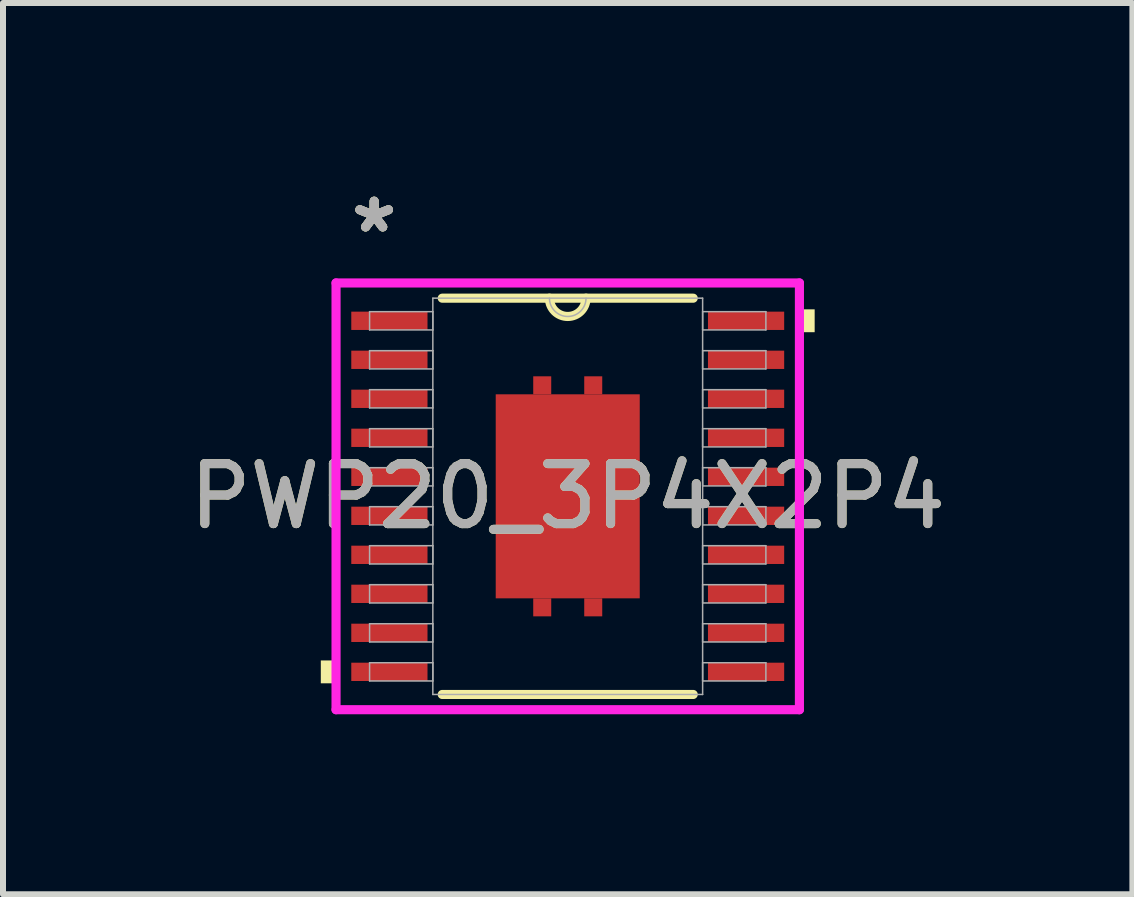
<source format=kicad_pcb>
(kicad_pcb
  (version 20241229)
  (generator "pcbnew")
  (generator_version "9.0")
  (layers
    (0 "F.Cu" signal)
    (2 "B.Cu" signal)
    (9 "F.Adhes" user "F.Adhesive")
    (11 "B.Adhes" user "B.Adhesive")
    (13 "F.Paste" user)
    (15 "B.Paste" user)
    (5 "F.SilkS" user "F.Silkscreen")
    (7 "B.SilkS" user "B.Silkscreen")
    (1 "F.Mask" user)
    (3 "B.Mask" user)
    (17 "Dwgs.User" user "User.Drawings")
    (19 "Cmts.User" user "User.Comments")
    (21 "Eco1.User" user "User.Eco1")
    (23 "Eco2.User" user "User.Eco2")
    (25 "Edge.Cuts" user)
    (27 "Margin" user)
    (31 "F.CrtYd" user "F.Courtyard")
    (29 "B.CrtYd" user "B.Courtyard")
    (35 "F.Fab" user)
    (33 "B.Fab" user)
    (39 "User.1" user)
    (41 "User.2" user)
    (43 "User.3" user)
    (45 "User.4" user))
  (footprint "PWP20_3P4X2P4"
    (layer "F.Cu")
    (at 6.411 5.221)
    (property "Reference" "PWP20_3P4X2P4" (at 0 0 0) (unlocked yes) (layer "F.SilkS") (effects (font (size 1 1) (thickness 0.15))))
    (attr smd)
    (fp_poly (pts (xy -0.275 -1.7) (xy -0.275 -2) (xy -0.575 -2) (xy -0.575 -1.7)) (stroke (width 0) (type solid)) (fill yes) (layer "F.Cu"))
    (fp_poly (pts (xy -0.275 1.7) (xy -0.275 2) (xy -0.575 2) (xy -0.575 1.7)) (stroke (width 0) (type solid)) (fill yes) (layer "F.Cu"))
    (fp_poly (pts (xy 0.275 -1.7) (xy 0.275 -2) (xy 0.575 -2) (xy 0.575 -1.7)) (stroke (width 0) (type solid)) (fill yes) (layer "F.Cu"))
    (fp_poly (pts (xy 0.275 1.7) (xy 0.275 2) (xy 0.575 2) (xy 0.575 1.7)) (stroke (width 0) (type solid)) (fill yes) (layer "F.Cu"))
    (fp_poly (pts (xy -0.275 -1.7) (xy -0.275 -2) (xy -0.575 -2) (xy -0.575 -1.7)) (stroke (width 0) (type solid)) (fill yes) (layer "F.Mask"))
    (fp_poly (pts (xy -0.275 1.7) (xy -0.275 2) (xy -0.575 2) (xy -0.575 1.7)) (stroke (width 0) (type solid)) (fill yes) (layer "F.Mask"))
    (fp_poly (pts (xy 0.275 -1.7) (xy 0.275 -2) (xy 0.575 -2) (xy 0.575 -1.7)) (stroke (width 0) (type solid)) (fill yes) (layer "F.Mask"))
    (fp_poly (pts (xy 0.275 1.7) (xy 0.275 2) (xy 0.575 2) (xy 0.575 1.7)) (stroke (width 0) (type solid)) (fill yes) (layer "F.Mask"))
    (fp_line (start -2.091 3.302) (end 2.091 3.302) (stroke (width 0.152) (type solid)) (layer "F.SilkS"))
    (fp_line (start 2.091 -3.302) (end -2.091 -3.302) (stroke (width 0.152) (type solid)) (layer "F.SilkS"))
    (fp_arc (start 0.3048 -3.302) (mid 0 -2.9972) (end -0.3048 -3.302) (stroke (width 0.1524) (type solid)) (layer "F.SilkS"))
    (fp_poly (pts (xy -4.115 2.735) (xy -4.115 3.116) (xy -3.861 3.116) (xy -3.861 2.735)) (stroke (width 0) (type solid)) (fill yes) (layer "F.SilkS"))
    (fp_poly (pts (xy 4.115 -3.116) (xy 4.115 -2.735) (xy 3.861 -2.735) (xy 3.861 -3.116)) (stroke (width 0) (type solid)) (fill yes) (layer "F.SilkS"))
    (fp_line (start -3.861 -3.556) (end 3.861 -3.556) (stroke (width 0.152) (type solid)) (layer "F.CrtYd"))
    (fp_line (start -3.861 3.556) (end -3.861 -3.556) (stroke (width 0.152) (type solid)) (layer "F.CrtYd"))
    (fp_line (start 3.861 -3.556) (end 3.861 3.556) (stroke (width 0.152) (type solid)) (layer "F.CrtYd"))
    (fp_line (start 3.861 3.556) (end -3.861 3.556) (stroke (width 0.152) (type solid)) (layer "F.CrtYd"))
    (fp_line (start -3.302 -3.077) (end -3.302 -2.773) (stroke (width 0.025) (type solid)) (layer "F.Fab"))
    (fp_line (start -3.302 -2.773) (end -2.248 -2.773) (stroke (width 0.025) (type solid)) (layer "F.Fab"))
    (fp_line (start -3.302 -2.427) (end -3.302 -2.123) (stroke (width 0.025) (type solid)) (layer "F.Fab"))
    (fp_line (start -3.302 -2.123) (end -2.248 -2.123) (stroke (width 0.025) (type solid)) (layer "F.Fab"))
    (fp_line (start -3.302 -1.777) (end -3.302 -1.473) (stroke (width 0.025) (type solid)) (layer "F.Fab"))
    (fp_line (start -3.302 -1.473) (end -2.248 -1.473) (stroke (width 0.025) (type solid)) (layer "F.Fab"))
    (fp_line (start -3.302 -1.127) (end -3.302 -0.823) (stroke (width 0.025) (type solid)) (layer "F.Fab"))
    (fp_line (start -3.302 -0.823) (end -2.248 -0.823) (stroke (width 0.025) (type solid)) (layer "F.Fab"))
    (fp_line (start -3.302 -0.477) (end -3.302 -0.173) (stroke (width 0.025) (type solid)) (layer "F.Fab"))
    (fp_line (start -3.302 -0.173) (end -2.248 -0.173) (stroke (width 0.025) (type solid)) (layer "F.Fab"))
    (fp_line (start -3.302 0.173) (end -3.302 0.477) (stroke (width 0.025) (type solid)) (layer "F.Fab"))
    (fp_line (start -3.302 0.477) (end -2.248 0.477) (stroke (width 0.025) (type solid)) (layer "F.Fab"))
    (fp_line (start -3.302 0.823) (end -3.302 1.127) (stroke (width 0.025) (type solid)) (layer "F.Fab"))
    (fp_line (start -3.302 1.127) (end -2.248 1.127) (stroke (width 0.025) (type solid)) (layer "F.Fab"))
    (fp_line (start -3.302 1.473) (end -3.302 1.777) (stroke (width 0.025) (type solid)) (layer "F.Fab"))
    (fp_line (start -3.302 1.777) (end -2.248 1.777) (stroke (width 0.025) (type solid)) (layer "F.Fab"))
    (fp_line (start -3.302 2.123) (end -3.302 2.427) (stroke (width 0.025) (type solid)) (layer "F.Fab"))
    (fp_line (start -3.302 2.427) (end -2.248 2.427) (stroke (width 0.025) (type solid)) (layer "F.Fab"))
    (fp_line (start -3.302 2.773) (end -3.302 3.077) (stroke (width 0.025) (type solid)) (layer "F.Fab"))
    (fp_line (start -3.302 3.077) (end -2.248 3.077) (stroke (width 0.025) (type solid)) (layer "F.Fab"))
    (fp_line (start -2.248 -3.302) (end -2.248 3.302) (stroke (width 0.025) (type solid)) (layer "F.Fab"))
    (fp_line (start -2.248 -3.077) (end -3.302 -3.077) (stroke (width 0.025) (type solid)) (layer "F.Fab"))
    (fp_line (start -2.248 -2.773) (end -2.248 -3.077) (stroke (width 0.025) (type solid)) (layer "F.Fab"))
    (fp_line (start -2.248 -2.427) (end -3.302 -2.427) (stroke (width 0.025) (type solid)) (layer "F.Fab"))
    (fp_line (start -2.248 -2.123) (end -2.248 -2.427) (stroke (width 0.025) (type solid)) (layer "F.Fab"))
    (fp_line (start -2.248 -1.777) (end -3.302 -1.777) (stroke (width 0.025) (type solid)) (layer "F.Fab"))
    (fp_line (start -2.248 -1.473) (end -2.248 -1.777) (stroke (width 0.025) (type solid)) (layer "F.Fab"))
    (fp_line (start -2.248 -1.127) (end -3.302 -1.127) (stroke (width 0.025) (type solid)) (layer "F.Fab"))
    (fp_line (start -2.248 -0.823) (end -2.248 -1.127) (stroke (width 0.025) (type solid)) (layer "F.Fab"))
    (fp_line (start -2.248 -0.477) (end -3.302 -0.477) (stroke (width 0.025) (type solid)) (layer "F.Fab"))
    (fp_line (start -2.248 -0.173) (end -2.248 -0.477) (stroke (width 0.025) (type solid)) (layer "F.Fab"))
    (fp_line (start -2.248 0.173) (end -3.302 0.173) (stroke (width 0.025) (type solid)) (layer "F.Fab"))
    (fp_line (start -2.248 0.477) (end -2.248 0.173) (stroke (width 0.025) (type solid)) (layer "F.Fab"))
    (fp_line (start -2.248 0.823) (end -3.302 0.823) (stroke (width 0.025) (type solid)) (layer "F.Fab"))
    (fp_line (start -2.248 1.127) (end -2.248 0.823) (stroke (width 0.025) (type solid)) (layer "F.Fab"))
    (fp_line (start -2.248 1.473) (end -3.302 1.473) (stroke (width 0.025) (type solid)) (layer "F.Fab"))
    (fp_line (start -2.248 1.777) (end -2.248 1.473) (stroke (width 0.025) (type solid)) (layer "F.Fab"))
    (fp_line (start -2.248 2.123) (end -3.302 2.123) (stroke (width 0.025) (type solid)) (layer "F.Fab"))
    (fp_line (start -2.248 2.427) (end -2.248 2.123) (stroke (width 0.025) (type solid)) (layer "F.Fab"))
    (fp_line (start -2.248 2.773) (end -3.302 2.773) (stroke (width 0.025) (type solid)) (layer "F.Fab"))
    (fp_line (start -2.248 3.077) (end -2.248 2.773) (stroke (width 0.025) (type solid)) (layer "F.Fab"))
    (fp_line (start -2.248 3.302) (end 2.248 3.302) (stroke (width 0.025) (type solid)) (layer "F.Fab"))
    (fp_line (start 2.248 -3.302) (end -2.248 -3.302) (stroke (width 0.025) (type solid)) (layer "F.Fab"))
    (fp_line (start 2.248 -3.077) (end 2.248 -2.773) (stroke (width 0.025) (type solid)) (layer "F.Fab"))
    (fp_line (start 2.248 -2.773) (end 3.302 -2.773) (stroke (width 0.025) (type solid)) (layer "F.Fab"))
    (fp_line (start 2.248 -2.427) (end 2.248 -2.123) (stroke (width 0.025) (type solid)) (layer "F.Fab"))
    (fp_line (start 2.248 -2.123) (end 3.302 -2.123) (stroke (width 0.025) (type solid)) (layer "F.Fab"))
    (fp_line (start 2.248 -1.777) (end 2.248 -1.473) (stroke (width 0.025) (type solid)) (layer "F.Fab"))
    (fp_line (start 2.248 -1.473) (end 3.302 -1.473) (stroke (width 0.025) (type solid)) (layer "F.Fab"))
    (fp_line (start 2.248 -1.127) (end 2.248 -0.823) (stroke (width 0.025) (type solid)) (layer "F.Fab"))
    (fp_line (start 2.248 -0.823) (end 3.302 -0.823) (stroke (width 0.025) (type solid)) (layer "F.Fab"))
    (fp_line (start 2.248 -0.477) (end 2.248 -0.173) (stroke (width 0.025) (type solid)) (layer "F.Fab"))
    (fp_line (start 2.248 -0.173) (end 3.302 -0.173) (stroke (width 0.025) (type solid)) (layer "F.Fab"))
    (fp_line (start 2.248 0.173) (end 2.248 0.477) (stroke (width 0.025) (type solid)) (layer "F.Fab"))
    (fp_line (start 2.248 0.477) (end 3.302 0.477) (stroke (width 0.025) (type solid)) (layer "F.Fab"))
    (fp_line (start 2.248 0.823) (end 2.248 1.127) (stroke (width 0.025) (type solid)) (layer "F.Fab"))
    (fp_line (start 2.248 1.127) (end 3.302 1.127) (stroke (width 0.025) (type solid)) (layer "F.Fab"))
    (fp_line (start 2.248 1.473) (end 2.248 1.777) (stroke (width 0.025) (type solid)) (layer "F.Fab"))
    (fp_line (start 2.248 1.777) (end 3.302 1.777) (stroke (width 0.025) (type solid)) (layer "F.Fab"))
    (fp_line (start 2.248 2.123) (end 2.248 2.427) (stroke (width 0.025) (type solid)) (layer "F.Fab"))
    (fp_line (start 2.248 2.427) (end 3.302 2.427) (stroke (width 0.025) (type solid)) (layer "F.Fab"))
    (fp_line (start 2.248 2.773) (end 2.248 3.077) (stroke (width 0.025) (type solid)) (layer "F.Fab"))
    (fp_line (start 2.248 3.077) (end 3.302 3.077) (stroke (width 0.025) (type solid)) (layer "F.Fab"))
    (fp_line (start 2.248 3.302) (end 2.248 -3.302) (stroke (width 0.025) (type solid)) (layer "F.Fab"))
    (fp_line (start 3.302 -3.077) (end 2.248 -3.077) (stroke (width 0.025) (type solid)) (layer "F.Fab"))
    (fp_line (start 3.302 -2.773) (end 3.302 -3.077) (stroke (width 0.025) (type solid)) (layer "F.Fab"))
    (fp_line (start 3.302 -2.427) (end 2.248 -2.427) (stroke (width 0.025) (type solid)) (layer "F.Fab"))
    (fp_line (start 3.302 -2.123) (end 3.302 -2.427) (stroke (width 0.025) (type solid)) (layer "F.Fab"))
    (fp_line (start 3.302 -1.777) (end 2.248 -1.777) (stroke (width 0.025) (type solid)) (layer "F.Fab"))
    (fp_line (start 3.302 -1.473) (end 3.302 -1.777) (stroke (width 0.025) (type solid)) (layer "F.Fab"))
    (fp_line (start 3.302 -1.127) (end 2.248 -1.127) (stroke (width 0.025) (type solid)) (layer "F.Fab"))
    (fp_line (start 3.302 -0.823) (end 3.302 -1.127) (stroke (width 0.025) (type solid)) (layer "F.Fab"))
    (fp_line (start 3.302 -0.477) (end 2.248 -0.477) (stroke (width 0.025) (type solid)) (layer "F.Fab"))
    (fp_line (start 3.302 -0.173) (end 3.302 -0.477) (stroke (width 0.025) (type solid)) (layer "F.Fab"))
    (fp_line (start 3.302 0.173) (end 2.248 0.173) (stroke (width 0.025) (type solid)) (layer "F.Fab"))
    (fp_line (start 3.302 0.477) (end 3.302 0.173) (stroke (width 0.025) (type solid)) (layer "F.Fab"))
    (fp_line (start 3.302 0.823) (end 2.248 0.823) (stroke (width 0.025) (type solid)) (layer "F.Fab"))
    (fp_line (start 3.302 1.127) (end 3.302 0.823) (stroke (width 0.025) (type solid)) (layer "F.Fab"))
    (fp_line (start 3.302 1.473) (end 2.248 1.473) (stroke (width 0.025) (type solid)) (layer "F.Fab"))
    (fp_line (start 3.302 1.777) (end 3.302 1.473) (stroke (width 0.025) (type solid)) (layer "F.Fab"))
    (fp_line (start 3.302 2.123) (end 2.248 2.123) (stroke (width 0.025) (type solid)) (layer "F.Fab"))
    (fp_line (start 3.302 2.427) (end 3.302 2.123) (stroke (width 0.025) (type solid)) (layer "F.Fab"))
    (fp_line (start 3.302 2.773) (end 2.248 2.773) (stroke (width 0.025) (type solid)) (layer "F.Fab"))
    (fp_line (start 3.302 3.077) (end 3.302 2.773) (stroke (width 0.025) (type solid)) (layer "F.Fab"))
    (fp_arc (start 0.3048 -3.302) (mid 0 -2.9972) (end -0.3048 -3.302) (stroke (width 0.0254) (type solid)) (layer "F.Fab"))
    (fp_text user "*" (at -3.226 -4.373 0) (layer "F.SilkS") (effects (font (size 1 1) (thickness 0.15))))
    (fp_text user "*" (at -3.226 -4.373 0) (unlocked yes) (layer "F.SilkS") (effects (font (size 1 1) (thickness 0.15))))
    (fp_text user "${REFERENCE}" (at 0 0 0) (unlocked yes) (layer "F.Fab") (effects (font (size 1 1) (thickness 0.15))))
    (fp_text user "*" (at -3.226 -4.373 0) (unlocked yes) (layer "F.Fab") (effects (font (size 1 1) (thickness 0.15))))
    (fp_text user "*" (at -3.226 -4.373 0) (layer "F.Fab") (effects (font (size 1 1) (thickness 0.15))))
    (pad "1" smd rect (at -2.972 -2.925) (size 1.27 0.305) (layers "F.Cu" "F.Mask" "F.Paste"))
    (pad "2" smd rect (at -2.972 -2.275) (size 1.27 0.305) (layers "F.Cu" "F.Mask" "F.Paste"))
    (pad "3" smd rect (at -2.972 -1.625) (size 1.27 0.305) (layers "F.Cu" "F.Mask" "F.Paste"))
    (pad "4" smd rect (at -2.972 -0.975) (size 1.27 0.305) (layers "F.Cu" "F.Mask" "F.Paste"))
    (pad "5" smd rect (at -2.972 -0.325) (size 1.27 0.305) (layers "F.Cu" "F.Mask" "F.Paste"))
    (pad "6" smd rect (at -2.972 0.325) (size 1.27 0.305) (layers "F.Cu" "F.Mask" "F.Paste"))
    (pad "7" smd rect (at -2.972 0.975) (size 1.27 0.305) (layers "F.Cu" "F.Mask" "F.Paste"))
    (pad "8" smd rect (at -2.972 1.625) (size 1.27 0.305) (layers "F.Cu" "F.Mask" "F.Paste"))
    (pad "9" smd rect (at -2.972 2.275) (size 1.27 0.305) (layers "F.Cu" "F.Mask" "F.Paste"))
    (pad "10" smd rect (at -2.972 2.925) (size 1.27 0.305) (layers "F.Cu" "F.Mask" "F.Paste"))
    (pad "11" smd rect (at 2.972 2.925) (size 1.27 0.305) (layers "F.Cu" "F.Mask" "F.Paste"))
    (pad "12" smd rect (at 2.972 2.275) (size 1.27 0.305) (layers "F.Cu" "F.Mask" "F.Paste"))
    (pad "13" smd rect (at 2.972 1.625) (size 1.27 0.305) (layers "F.Cu" "F.Mask" "F.Paste"))
    (pad "14" smd rect (at 2.972 0.975) (size 1.27 0.305) (layers "F.Cu" "F.Mask" "F.Paste"))
    (pad "15" smd rect (at 2.972 0.325) (size 1.27 0.305) (layers "F.Cu" "F.Mask" "F.Paste"))
    (pad "16" smd rect (at 2.972 -0.325) (size 1.27 0.305) (layers "F.Cu" "F.Mask" "F.Paste"))
    (pad "17" smd rect (at 2.972 -0.975) (size 1.27 0.305) (layers "F.Cu" "F.Mask" "F.Paste"))
    (pad "18" smd rect (at 2.972 -1.625) (size 1.27 0.305) (layers "F.Cu" "F.Mask" "F.Paste"))
    (pad "19" smd rect (at 2.972 -2.275) (size 1.27 0.305) (layers "F.Cu" "F.Mask" "F.Paste"))
    (pad "20" smd rect (at 2.972 -2.925) (size 1.27 0.305) (layers "F.Cu" "F.Mask" "F.Paste"))
    (pad "21" smd rect (at 0 0) (size 2.4 3.4) (layers "F.Cu" "F.Mask" "F.Paste")))
  (gr_rect
    (start -3 -3)
    (end 15.821 11.853)
    (stroke (width 0.1) (type default))
    (fill no)
    (layer "Edge.Cuts")))
</source>
